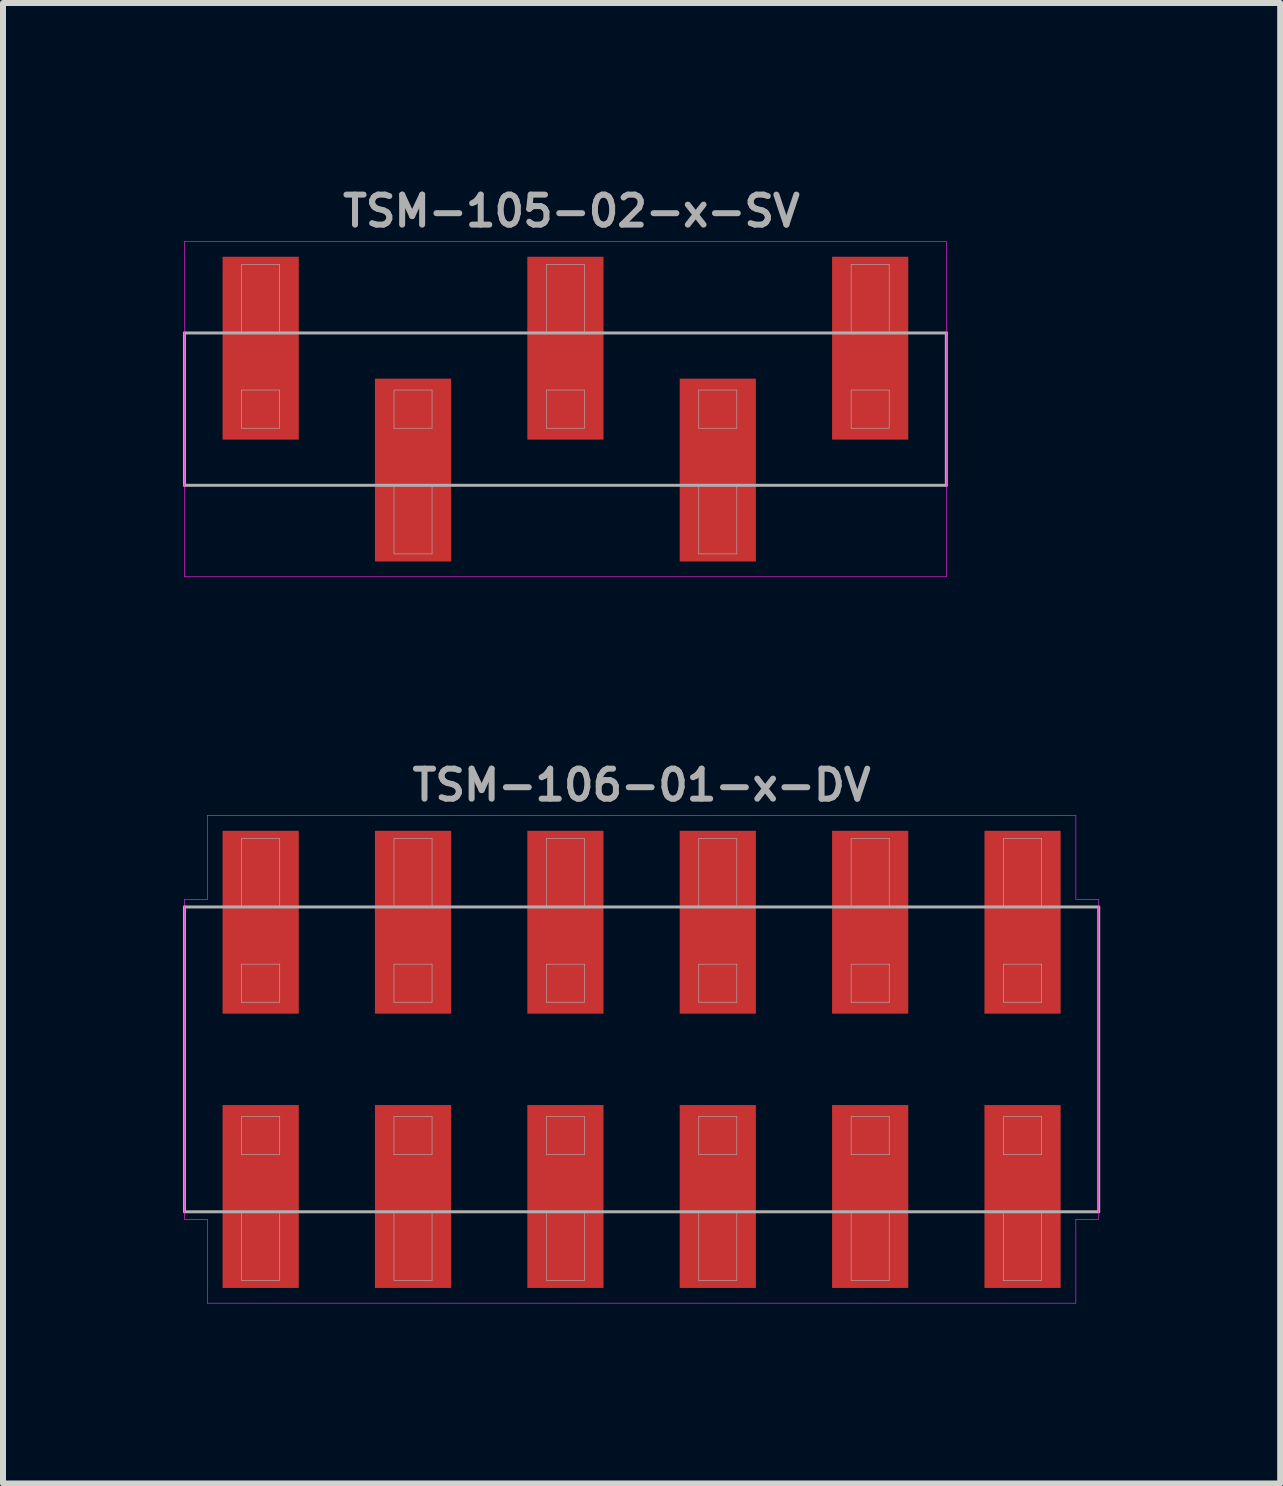
<source format=kicad_pcb>
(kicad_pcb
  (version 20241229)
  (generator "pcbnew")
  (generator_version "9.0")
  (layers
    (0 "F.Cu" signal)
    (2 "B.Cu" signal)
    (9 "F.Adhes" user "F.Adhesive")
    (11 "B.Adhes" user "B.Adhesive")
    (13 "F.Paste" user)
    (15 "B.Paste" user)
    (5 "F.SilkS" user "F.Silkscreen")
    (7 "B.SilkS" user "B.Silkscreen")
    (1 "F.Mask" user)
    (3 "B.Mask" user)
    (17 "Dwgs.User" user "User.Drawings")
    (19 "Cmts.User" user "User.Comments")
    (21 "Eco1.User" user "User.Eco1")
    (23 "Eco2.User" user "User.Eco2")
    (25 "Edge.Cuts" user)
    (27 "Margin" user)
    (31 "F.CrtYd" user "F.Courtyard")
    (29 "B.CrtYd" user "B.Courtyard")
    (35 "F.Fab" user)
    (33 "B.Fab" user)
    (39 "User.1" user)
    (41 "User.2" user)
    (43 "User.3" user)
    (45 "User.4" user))
  (footprint "TSM-105-02-x-SV"
    (layer "F.Cu")
    (at 6.375 3.77)
    (property "Reference" "TSM-105-02-x-SV" (at 0.1 -3.302 0) (layer "F.Fab") (effects (font (size 0.5 0.5) (thickness 0.1))))
    (attr smd)
    (fp_line (start -6.35 -2.794) (end -6.35 2.794) (stroke (width 0.01) (type solid)) (layer "F.CrtYd"))
    (fp_line (start -6.35 2.794) (end 6.35 2.794) (stroke (width 0.01) (type solid)) (layer "F.CrtYd"))
    (fp_line (start 6.35 -2.794) (end -6.35 -2.794) (stroke (width 0.01) (type solid)) (layer "F.CrtYd"))
    (fp_line (start 6.35 2.794) (end 6.35 -2.794) (stroke (width 0.01) (type solid)) (layer "F.CrtYd"))
    (fp_line (start -6.35 -1.27) (end -6.35 1.27) (stroke (width 0.05) (type solid)) (layer "F.Fab"))
    (fp_line (start -6.35 1.27) (end 6.35 1.27) (stroke (width 0.05) (type solid)) (layer "F.Fab"))
    (fp_line (start -5.397 -2.413) (end -4.763 -2.413) (stroke (width 0.01) (type solid)) (layer "F.Fab"))
    (fp_line (start -5.397 -1.27) (end -5.397 -2.413) (stroke (width 0.01) (type solid)) (layer "F.Fab"))
    (fp_line (start -5.397 -0.318) (end -5.397 0.318) (stroke (width 0.01) (type solid)) (layer "F.Fab"))
    (fp_line (start -5.397 0.318) (end -4.763 0.318) (stroke (width 0.01) (type solid)) (layer "F.Fab"))
    (fp_line (start -4.763 -2.413) (end -4.763 -1.27) (stroke (width 0.01) (type solid)) (layer "F.Fab"))
    (fp_line (start -4.763 -0.318) (end -5.397 -0.318) (stroke (width 0.01) (type solid)) (layer "F.Fab"))
    (fp_line (start -4.763 0.318) (end -4.763 -0.318) (stroke (width 0.01) (type solid)) (layer "F.Fab"))
    (fp_line (start -2.857 -0.318) (end -2.857 0.318) (stroke (width 0.01) (type solid)) (layer "F.Fab"))
    (fp_line (start -2.857 0.318) (end -2.223 0.318) (stroke (width 0.01) (type solid)) (layer "F.Fab"))
    (fp_line (start -2.857 2.413) (end -2.857 1.27) (stroke (width 0.01) (type solid)) (layer "F.Fab"))
    (fp_line (start -2.223 -0.318) (end -2.857 -0.318) (stroke (width 0.01) (type solid)) (layer "F.Fab"))
    (fp_line (start -2.223 0.318) (end -2.223 -0.318) (stroke (width 0.01) (type solid)) (layer "F.Fab"))
    (fp_line (start -2.223 1.27) (end -2.223 2.413) (stroke (width 0.01) (type solid)) (layer "F.Fab"))
    (fp_line (start -2.223 2.413) (end -2.857 2.413) (stroke (width 0.01) (type solid)) (layer "F.Fab"))
    (fp_line (start -0.318 -2.413) (end 0.318 -2.413) (stroke (width 0.01) (type solid)) (layer "F.Fab"))
    (fp_line (start -0.318 -1.27) (end -0.318 -2.413) (stroke (width 0.01) (type solid)) (layer "F.Fab"))
    (fp_line (start -0.318 -0.318) (end -0.318 0.318) (stroke (width 0.01) (type solid)) (layer "F.Fab"))
    (fp_line (start -0.318 0.318) (end 0.318 0.318) (stroke (width 0.01) (type solid)) (layer "F.Fab"))
    (fp_line (start 0.318 -2.413) (end 0.318 -1.27) (stroke (width 0.01) (type solid)) (layer "F.Fab"))
    (fp_line (start 0.318 -0.318) (end -0.318 -0.318) (stroke (width 0.01) (type solid)) (layer "F.Fab"))
    (fp_line (start 0.318 0.318) (end 0.318 -0.318) (stroke (width 0.01) (type solid)) (layer "F.Fab"))
    (fp_line (start 2.223 -0.318) (end 2.223 0.318) (stroke (width 0.01) (type solid)) (layer "F.Fab"))
    (fp_line (start 2.223 0.318) (end 2.857 0.318) (stroke (width 0.01) (type solid)) (layer "F.Fab"))
    (fp_line (start 2.223 2.413) (end 2.223 1.27) (stroke (width 0.01) (type solid)) (layer "F.Fab"))
    (fp_line (start 2.857 -0.318) (end 2.223 -0.318) (stroke (width 0.01) (type solid)) (layer "F.Fab"))
    (fp_line (start 2.857 0.318) (end 2.857 -0.318) (stroke (width 0.01) (type solid)) (layer "F.Fab"))
    (fp_line (start 2.857 1.27) (end 2.857 2.413) (stroke (width 0.01) (type solid)) (layer "F.Fab"))
    (fp_line (start 2.857 2.413) (end 2.223 2.413) (stroke (width 0.01) (type solid)) (layer "F.Fab"))
    (fp_line (start 4.763 -2.413) (end 5.397 -2.413) (stroke (width 0.01) (type solid)) (layer "F.Fab"))
    (fp_line (start 4.763 -1.27) (end 4.763 -2.413) (stroke (width 0.01) (type solid)) (layer "F.Fab"))
    (fp_line (start 4.763 -0.318) (end 4.763 0.318) (stroke (width 0.01) (type solid)) (layer "F.Fab"))
    (fp_line (start 4.763 0.318) (end 5.397 0.318) (stroke (width 0.01) (type solid)) (layer "F.Fab"))
    (fp_line (start 5.397 -2.413) (end 5.397 -1.27) (stroke (width 0.01) (type solid)) (layer "F.Fab"))
    (fp_line (start 5.397 -0.318) (end 4.763 -0.318) (stroke (width 0.01) (type solid)) (layer "F.Fab"))
    (fp_line (start 5.397 0.318) (end 5.397 -0.318) (stroke (width 0.01) (type solid)) (layer "F.Fab"))
    (fp_line (start 6.35 -1.27) (end -6.35 -1.27) (stroke (width 0.05) (type solid)) (layer "F.Fab"))
    (fp_line (start 6.35 1.27) (end 6.35 -1.27) (stroke (width 0.05) (type solid)) (layer "F.Fab"))
    (pad "1" smd rect (at -5.08 -1.016) (size 1.27 3.048) (layers "F.Cu" "F.Mask" "F.Paste"))
    (pad "2" smd rect (at -2.54 1.016) (size 1.27 3.048) (layers "F.Cu" "F.Mask" "F.Paste"))
    (pad "3" smd rect (at 0 -1.016) (size 1.27 3.048) (layers "F.Cu" "F.Mask" "F.Paste"))
    (pad "4" smd rect (at 2.54 1.016) (size 1.27 3.048) (layers "F.Cu" "F.Mask" "F.Paste"))
    (pad "5" smd rect (at 5.08 -1.016) (size 1.27 3.048) (layers "F.Cu" "F.Mask" "F.Paste")))
  (footprint "TSM-106-01-x-DV"
    (layer "F.Cu")
    (at 7.645 14.609)
    (property "Reference" "TSM-106-01-x-DV" (at 0 -4.572 0) (layer "F.Fab") (effects (font (size 0.5 0.5) (thickness 0.1))))
    (attr smd)
    (fp_line (start -7.62 -2.667) (end -7.239 -2.667) (stroke (width 0.01) (type solid)) (layer "F.CrtYd"))
    (fp_line (start -7.62 2.667) (end -7.62 -2.667) (stroke (width 0.01) (type solid)) (layer "F.CrtYd"))
    (fp_line (start -7.239 -4.064) (end 7.239 -4.064) (stroke (width 0.01) (type solid)) (layer "F.CrtYd"))
    (fp_line (start -7.239 -2.667) (end -7.239 -4.064) (stroke (width 0.01) (type solid)) (layer "F.CrtYd"))
    (fp_line (start -7.239 2.667) (end -7.62 2.667) (stroke (width 0.01) (type solid)) (layer "F.CrtYd"))
    (fp_line (start -7.239 4.064) (end -7.239 2.667) (stroke (width 0.01) (type solid)) (layer "F.CrtYd"))
    (fp_line (start 7.239 -4.064) (end 7.239 -2.667) (stroke (width 0.01) (type solid)) (layer "F.CrtYd"))
    (fp_line (start 7.239 -2.667) (end 7.62 -2.667) (stroke (width 0.01) (type solid)) (layer "F.CrtYd"))
    (fp_line (start 7.239 2.667) (end 7.239 4.064) (stroke (width 0.01) (type solid)) (layer "F.CrtYd"))
    (fp_line (start 7.239 4.064) (end -7.239 4.064) (stroke (width 0.01) (type solid)) (layer "F.CrtYd"))
    (fp_line (start 7.62 -2.667) (end 7.62 2.667) (stroke (width 0.01) (type solid)) (layer "F.CrtYd"))
    (fp_line (start 7.62 2.667) (end 7.239 2.667) (stroke (width 0.01) (type solid)) (layer "F.CrtYd"))
    (fp_line (start -7.62 -2.54) (end 7.62 -2.54) (stroke (width 0.05) (type solid)) (layer "F.Fab"))
    (fp_line (start -7.62 2.54) (end -7.62 -2.54) (stroke (width 0.05) (type solid)) (layer "F.Fab"))
    (fp_line (start -6.668 -3.683) (end -6.032 -3.683) (stroke (width 0.01) (type solid)) (layer "F.Fab"))
    (fp_line (start -6.668 -2.54) (end -6.668 -3.683) (stroke (width 0.01) (type solid)) (layer "F.Fab"))
    (fp_line (start -6.668 -1.587) (end -6.668 -0.953) (stroke (width 0.01) (type solid)) (layer "F.Fab"))
    (fp_line (start -6.668 -0.953) (end -6.032 -0.953) (stroke (width 0.01) (type solid)) (layer "F.Fab"))
    (fp_line (start -6.668 0.953) (end -6.668 1.587) (stroke (width 0.01) (type solid)) (layer "F.Fab"))
    (fp_line (start -6.668 1.587) (end -6.032 1.587) (stroke (width 0.01) (type solid)) (layer "F.Fab"))
    (fp_line (start -6.668 3.683) (end -6.668 2.54) (stroke (width 0.01) (type solid)) (layer "F.Fab"))
    (fp_line (start -6.032 -3.683) (end -6.032 -2.54) (stroke (width 0.01) (type solid)) (layer "F.Fab"))
    (fp_line (start -6.032 -1.587) (end -6.668 -1.587) (stroke (width 0.01) (type solid)) (layer "F.Fab"))
    (fp_line (start -6.032 -0.953) (end -6.032 -1.587) (stroke (width 0.01) (type solid)) (layer "F.Fab"))
    (fp_line (start -6.032 0.953) (end -6.668 0.953) (stroke (width 0.01) (type solid)) (layer "F.Fab"))
    (fp_line (start -6.032 1.587) (end -6.032 0.953) (stroke (width 0.01) (type solid)) (layer "F.Fab"))
    (fp_line (start -6.032 2.54) (end -6.032 3.683) (stroke (width 0.01) (type solid)) (layer "F.Fab"))
    (fp_line (start -6.032 3.683) (end -6.668 3.683) (stroke (width 0.01) (type solid)) (layer "F.Fab"))
    (fp_line (start -4.128 -3.683) (end -3.493 -3.683) (stroke (width 0.01) (type solid)) (layer "F.Fab"))
    (fp_line (start -4.128 -2.54) (end -4.128 -3.683) (stroke (width 0.01) (type solid)) (layer "F.Fab"))
    (fp_line (start -4.128 -1.587) (end -4.128 -0.953) (stroke (width 0.01) (type solid)) (layer "F.Fab"))
    (fp_line (start -4.128 -0.953) (end -3.493 -0.953) (stroke (width 0.01) (type solid)) (layer "F.Fab"))
    (fp_line (start -4.128 0.953) (end -4.128 1.587) (stroke (width 0.01) (type solid)) (layer "F.Fab"))
    (fp_line (start -4.128 1.587) (end -3.493 1.587) (stroke (width 0.01) (type solid)) (layer "F.Fab"))
    (fp_line (start -4.128 3.683) (end -4.128 2.54) (stroke (width 0.01) (type solid)) (layer "F.Fab"))
    (fp_line (start -3.493 -3.683) (end -3.493 -2.54) (stroke (width 0.01) (type solid)) (layer "F.Fab"))
    (fp_line (start -3.493 -1.587) (end -4.128 -1.587) (stroke (width 0.01) (type solid)) (layer "F.Fab"))
    (fp_line (start -3.493 -0.953) (end -3.493 -1.587) (stroke (width 0.01) (type solid)) (layer "F.Fab"))
    (fp_line (start -3.493 0.953) (end -4.128 0.953) (stroke (width 0.01) (type solid)) (layer "F.Fab"))
    (fp_line (start -3.493 1.587) (end -3.493 0.953) (stroke (width 0.01) (type solid)) (layer "F.Fab"))
    (fp_line (start -3.493 2.54) (end -3.493 3.683) (stroke (width 0.01) (type solid)) (layer "F.Fab"))
    (fp_line (start -3.493 3.683) (end -4.128 3.683) (stroke (width 0.01) (type solid)) (layer "F.Fab"))
    (fp_line (start -1.587 -3.683) (end -0.953 -3.683) (stroke (width 0.01) (type solid)) (layer "F.Fab"))
    (fp_line (start -1.587 -2.54) (end -1.587 -3.683) (stroke (width 0.01) (type solid)) (layer "F.Fab"))
    (fp_line (start -1.587 -1.587) (end -1.587 -0.953) (stroke (width 0.01) (type solid)) (layer "F.Fab"))
    (fp_line (start -1.587 -0.953) (end -0.953 -0.953) (stroke (width 0.01) (type solid)) (layer "F.Fab"))
    (fp_line (start -1.587 0.953) (end -1.587 1.587) (stroke (width 0.01) (type solid)) (layer "F.Fab"))
    (fp_line (start -1.587 1.587) (end -0.953 1.587) (stroke (width 0.01) (type solid)) (layer "F.Fab"))
    (fp_line (start -1.587 3.683) (end -1.587 2.54) (stroke (width 0.01) (type solid)) (layer "F.Fab"))
    (fp_line (start -0.953 -3.683) (end -0.953 -2.54) (stroke (width 0.01) (type solid)) (layer "F.Fab"))
    (fp_line (start -0.953 -1.587) (end -1.587 -1.587) (stroke (width 0.01) (type solid)) (layer "F.Fab"))
    (fp_line (start -0.953 -0.953) (end -0.953 -1.587) (stroke (width 0.01) (type solid)) (layer "F.Fab"))
    (fp_line (start -0.953 0.953) (end -1.587 0.953) (stroke (width 0.01) (type solid)) (layer "F.Fab"))
    (fp_line (start -0.953 1.587) (end -0.953 0.953) (stroke (width 0.01) (type solid)) (layer "F.Fab"))
    (fp_line (start -0.953 2.54) (end -0.953 3.683) (stroke (width 0.01) (type solid)) (layer "F.Fab"))
    (fp_line (start -0.953 3.683) (end -1.587 3.683) (stroke (width 0.01) (type solid)) (layer "F.Fab"))
    (fp_line (start 0.953 -3.683) (end 1.587 -3.683) (stroke (width 0.01) (type solid)) (layer "F.Fab"))
    (fp_line (start 0.953 -2.54) (end 0.953 -3.683) (stroke (width 0.01) (type solid)) (layer "F.Fab"))
    (fp_line (start 0.953 -1.587) (end 0.953 -0.953) (stroke (width 0.01) (type solid)) (layer "F.Fab"))
    (fp_line (start 0.953 -0.953) (end 1.587 -0.953) (stroke (width 0.01) (type solid)) (layer "F.Fab"))
    (fp_line (start 0.953 0.953) (end 0.953 1.587) (stroke (width 0.01) (type solid)) (layer "F.Fab"))
    (fp_line (start 0.953 1.587) (end 1.587 1.587) (stroke (width 0.01) (type solid)) (layer "F.Fab"))
    (fp_line (start 0.953 3.683) (end 0.953 2.54) (stroke (width 0.01) (type solid)) (layer "F.Fab"))
    (fp_line (start 1.587 -3.683) (end 1.587 -2.54) (stroke (width 0.01) (type solid)) (layer "F.Fab"))
    (fp_line (start 1.587 -1.587) (end 0.953 -1.587) (stroke (width 0.01) (type solid)) (layer "F.Fab"))
    (fp_line (start 1.587 -0.953) (end 1.587 -1.587) (stroke (width 0.01) (type solid)) (layer "F.Fab"))
    (fp_line (start 1.587 0.953) (end 0.953 0.953) (stroke (width 0.01) (type solid)) (layer "F.Fab"))
    (fp_line (start 1.587 1.587) (end 1.587 0.953) (stroke (width 0.01) (type solid)) (layer "F.Fab"))
    (fp_line (start 1.587 2.54) (end 1.587 3.683) (stroke (width 0.01) (type solid)) (layer "F.Fab"))
    (fp_line (start 1.587 3.683) (end 0.953 3.683) (stroke (width 0.01) (type solid)) (layer "F.Fab"))
    (fp_line (start 3.493 -3.683) (end 4.128 -3.683) (stroke (width 0.01) (type solid)) (layer "F.Fab"))
    (fp_line (start 3.493 -2.54) (end 3.493 -3.683) (stroke (width 0.01) (type solid)) (layer "F.Fab"))
    (fp_line (start 3.493 -1.587) (end 3.493 -0.953) (stroke (width 0.01) (type solid)) (layer "F.Fab"))
    (fp_line (start 3.493 -0.953) (end 4.128 -0.953) (stroke (width 0.01) (type solid)) (layer "F.Fab"))
    (fp_line (start 3.493 0.953) (end 3.493 1.587) (stroke (width 0.01) (type solid)) (layer "F.Fab"))
    (fp_line (start 3.493 1.587) (end 4.128 1.587) (stroke (width 0.01) (type solid)) (layer "F.Fab"))
    (fp_line (start 3.493 3.683) (end 3.493 2.54) (stroke (width 0.01) (type solid)) (layer "F.Fab"))
    (fp_line (start 4.128 -3.683) (end 4.128 -2.54) (stroke (width 0.01) (type solid)) (layer "F.Fab"))
    (fp_line (start 4.128 -1.587) (end 3.493 -1.587) (stroke (width 0.01) (type solid)) (layer "F.Fab"))
    (fp_line (start 4.128 -0.953) (end 4.128 -1.587) (stroke (width 0.01) (type solid)) (layer "F.Fab"))
    (fp_line (start 4.128 0.953) (end 3.493 0.953) (stroke (width 0.01) (type solid)) (layer "F.Fab"))
    (fp_line (start 4.128 1.587) (end 4.128 0.953) (stroke (width 0.01) (type solid)) (layer "F.Fab"))
    (fp_line (start 4.128 2.54) (end 4.128 3.683) (stroke (width 0.01) (type solid)) (layer "F.Fab"))
    (fp_line (start 4.128 3.683) (end 3.493 3.683) (stroke (width 0.01) (type solid)) (layer "F.Fab"))
    (fp_line (start 6.032 -3.683) (end 6.668 -3.683) (stroke (width 0.01) (type solid)) (layer "F.Fab"))
    (fp_line (start 6.032 -2.54) (end 6.032 -3.683) (stroke (width 0.01) (type solid)) (layer "F.Fab"))
    (fp_line (start 6.032 -1.587) (end 6.032 -0.953) (stroke (width 0.01) (type solid)) (layer "F.Fab"))
    (fp_line (start 6.032 -0.953) (end 6.668 -0.953) (stroke (width 0.01) (type solid)) (layer "F.Fab"))
    (fp_line (start 6.032 0.953) (end 6.032 1.587) (stroke (width 0.01) (type solid)) (layer "F.Fab"))
    (fp_line (start 6.032 1.587) (end 6.668 1.587) (stroke (width 0.01) (type solid)) (layer "F.Fab"))
    (fp_line (start 6.032 3.683) (end 6.032 2.54) (stroke (width 0.01) (type solid)) (layer "F.Fab"))
    (fp_line (start 6.668 -3.683) (end 6.668 -2.54) (stroke (width 0.01) (type solid)) (layer "F.Fab"))
    (fp_line (start 6.668 -1.587) (end 6.032 -1.587) (stroke (width 0.01) (type solid)) (layer "F.Fab"))
    (fp_line (start 6.668 -0.953) (end 6.668 -1.587) (stroke (width 0.01) (type solid)) (layer "F.Fab"))
    (fp_line (start 6.668 0.953) (end 6.032 0.953) (stroke (width 0.01) (type solid)) (layer "F.Fab"))
    (fp_line (start 6.668 1.587) (end 6.668 0.953) (stroke (width 0.01) (type solid)) (layer "F.Fab"))
    (fp_line (start 6.668 2.54) (end 6.668 3.683) (stroke (width 0.01) (type solid)) (layer "F.Fab"))
    (fp_line (start 6.668 3.683) (end 6.032 3.683) (stroke (width 0.01) (type solid)) (layer "F.Fab"))
    (fp_line (start 7.62 -2.54) (end 7.62 2.54) (stroke (width 0.05) (type solid)) (layer "F.Fab"))
    (fp_line (start 7.62 2.54) (end -7.62 2.54) (stroke (width 0.05) (type solid)) (layer "F.Fab"))
    (pad "1" smd rect (at -6.35 2.286) (size 1.27 3.048) (layers "F.Cu" "F.Mask" "F.Paste"))
    (pad "2" smd rect (at -6.35 -2.286) (size 1.27 3.048) (layers "F.Cu" "F.Mask" "F.Paste"))
    (pad "3" smd rect (at -3.81 2.286) (size 1.27 3.048) (layers "F.Cu" "F.Mask" "F.Paste"))
    (pad "4" smd rect (at -3.81 -2.286) (size 1.27 3.048) (layers "F.Cu" "F.Mask" "F.Paste"))
    (pad "5" smd rect (at -1.27 2.286) (size 1.27 3.048) (layers "F.Cu" "F.Mask" "F.Paste"))
    (pad "6" smd rect (at -1.27 -2.286) (size 1.27 3.048) (layers "F.Cu" "F.Mask" "F.Paste"))
    (pad "7" smd rect (at 1.27 2.286) (size 1.27 3.048) (layers "F.Cu" "F.Mask" "F.Paste"))
    (pad "8" smd rect (at 1.27 -2.286) (size 1.27 3.048) (layers "F.Cu" "F.Mask" "F.Paste"))
    (pad "9" smd rect (at 3.81 2.286) (size 1.27 3.048) (layers "F.Cu" "F.Mask" "F.Paste"))
    (pad "10" smd rect (at 3.81 -2.286) (size 1.27 3.048) (layers "F.Cu" "F.Mask" "F.Paste"))
    (pad "11" smd rect (at 6.35 2.286) (size 1.27 3.048) (layers "F.Cu" "F.Mask" "F.Paste"))
    (pad "12" smd rect (at 6.35 -2.286) (size 1.27 3.048) (layers "F.Cu" "F.Mask" "F.Paste")))
  (gr_rect
    (start -3 -3)
    (end 18.29 21.678)
    (stroke (width 0.1) (type default))
    (fill no)
    (layer "Edge.Cuts")))
</source>
